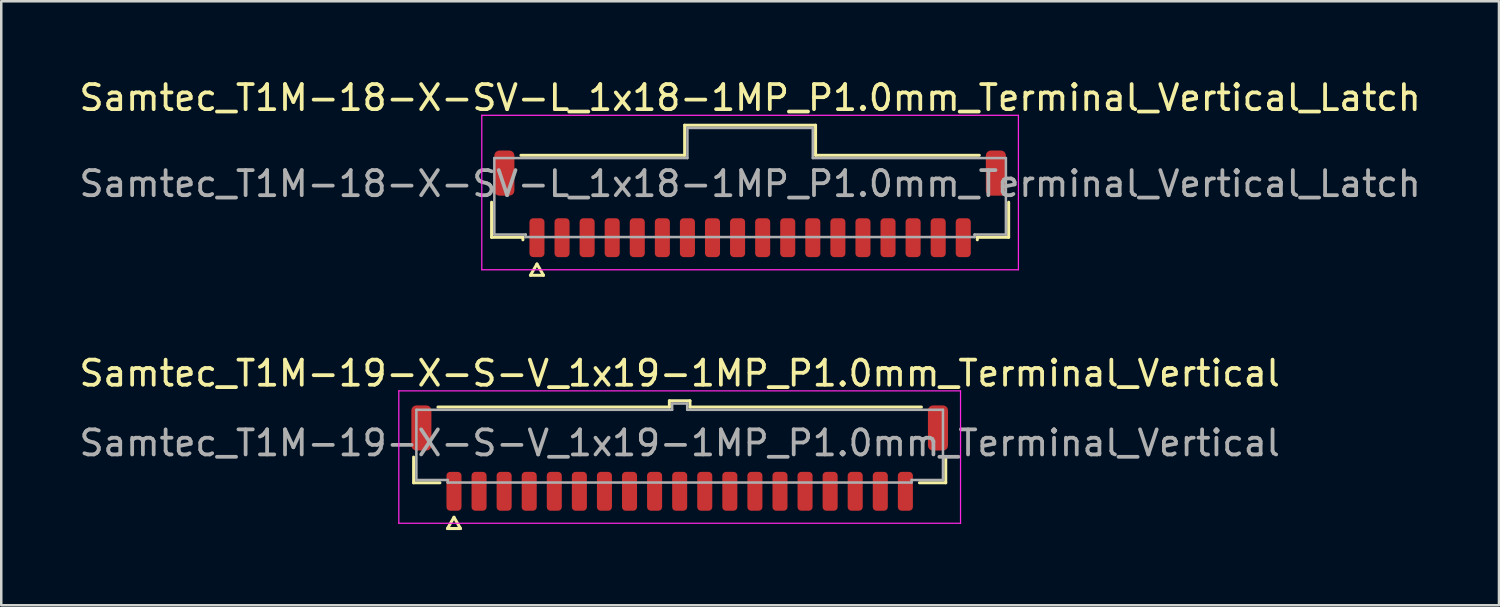
<source format=kicad_pcb>
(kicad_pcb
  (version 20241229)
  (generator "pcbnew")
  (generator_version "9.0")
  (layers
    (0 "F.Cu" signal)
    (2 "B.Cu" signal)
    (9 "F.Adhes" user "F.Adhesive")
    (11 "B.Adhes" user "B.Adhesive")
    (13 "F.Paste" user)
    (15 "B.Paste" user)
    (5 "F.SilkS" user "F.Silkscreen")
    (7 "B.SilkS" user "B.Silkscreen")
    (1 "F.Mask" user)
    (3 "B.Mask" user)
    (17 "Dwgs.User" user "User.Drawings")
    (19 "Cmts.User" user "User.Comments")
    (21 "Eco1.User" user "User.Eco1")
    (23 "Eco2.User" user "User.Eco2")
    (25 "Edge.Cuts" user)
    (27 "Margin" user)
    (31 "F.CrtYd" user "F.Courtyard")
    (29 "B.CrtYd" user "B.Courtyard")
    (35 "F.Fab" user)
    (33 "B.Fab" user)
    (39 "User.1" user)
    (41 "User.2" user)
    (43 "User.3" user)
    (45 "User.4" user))
  (footprint "Samtec_T1M-19-X-S-V_1x19-1MP_P1.0mm_Terminal_Vertical"
    (layer "F.Cu")
    (at 24.054 14.617)
    (property "Reference" "Samtec_T1M-19-X-S-V_1x19-1MP_P1.0mm_Terminal_Vertical" (at 0 -2.78 0) (layer "F.SilkS") (effects (font (size 1 1) (thickness 0.15))))
    (attr smd)
    (fp_line (start -10.61 1.585) (end -10.61 0.56) (stroke (width 0.12) (type solid)) (layer "F.SilkS"))
    (fp_line (start -9.64 -1.435) (end -0.41 -1.435) (stroke (width 0.12) (type solid)) (layer "F.SilkS"))
    (fp_line (start -9.56 1.585) (end -10.61 1.585) (stroke (width 0.12) (type solid)) (layer "F.SilkS"))
    (fp_line (start -9.26 3.41) (end -9 2.96) (stroke (width 0.12) (type solid)) (layer "F.SilkS"))
    (fp_line (start -9 2.96) (end -8.74 3.41) (stroke (width 0.12) (type solid)) (layer "F.SilkS"))
    (fp_line (start -8.74 3.41) (end -9.26 3.41) (stroke (width 0.12) (type solid)) (layer "F.SilkS"))
    (fp_line (start -0.41 -1.685) (end 0.41 -1.685) (stroke (width 0.12) (type solid)) (layer "F.SilkS"))
    (fp_line (start -0.41 -1.435) (end -0.41 -1.685) (stroke (width 0.12) (type solid)) (layer "F.SilkS"))
    (fp_line (start 0.41 -1.685) (end 0.41 -1.435) (stroke (width 0.12) (type solid)) (layer "F.SilkS"))
    (fp_line (start 0.41 -1.435) (end 9.64 -1.435) (stroke (width 0.12) (type solid)) (layer "F.SilkS"))
    (fp_line (start 10.61 0.56) (end 10.61 1.585) (stroke (width 0.12) (type solid)) (layer "F.SilkS"))
    (fp_line (start 10.61 1.585) (end 9.56 1.585) (stroke (width 0.12) (type solid)) (layer "F.SilkS"))
    (fp_line (start -11.2 -2.08) (end -11.2 3.2) (stroke (width 0.05) (type solid)) (layer "F.CrtYd"))
    (fp_line (start -11.2 3.2) (end 11.2 3.2) (stroke (width 0.05) (type solid)) (layer "F.CrtYd"))
    (fp_line (start 11.2 -2.08) (end -11.2 -2.08) (stroke (width 0.05) (type solid)) (layer "F.CrtYd"))
    (fp_line (start 11.2 3.2) (end 11.2 -2.08) (stroke (width 0.05) (type solid)) (layer "F.CrtYd"))
    (fp_line (start -10.5 -1.325) (end -0.3 -1.325) (stroke (width 0.1) (type solid)) (layer "F.Fab"))
    (fp_line (start -10.5 1.475) (end -10.5 -1.325) (stroke (width 0.1) (type solid)) (layer "F.Fab"))
    (fp_line (start -9.25 1.475) (end -10.5 1.475) (stroke (width 0.1) (type solid)) (layer "F.Fab"))
    (fp_line (start -9.25 1.575) (end -9.25 1.475) (stroke (width 0.1) (type solid)) (layer "F.Fab"))
    (fp_line (start -0.3 -1.575) (end 0.3 -1.575) (stroke (width 0.1) (type solid)) (layer "F.Fab"))
    (fp_line (start -0.3 -1.325) (end -0.3 -1.575) (stroke (width 0.1) (type solid)) (layer "F.Fab"))
    (fp_line (start 0.3 -1.575) (end 0.3 -1.325) (stroke (width 0.1) (type solid)) (layer "F.Fab"))
    (fp_line (start 0.3 -1.325) (end 10.5 -1.325) (stroke (width 0.1) (type solid)) (layer "F.Fab"))
    (fp_line (start 9.25 1.475) (end 9.25 1.575) (stroke (width 0.1) (type solid)) (layer "F.Fab"))
    (fp_line (start 9.25 1.575) (end -9.25 1.575) (stroke (width 0.1) (type solid)) (layer "F.Fab"))
    (fp_line (start 10.5 -1.325) (end 10.5 1.475) (stroke (width 0.1) (type solid)) (layer "F.Fab"))
    (fp_line (start 10.5 1.475) (end 9.25 1.475) (stroke (width 0.1) (type solid)) (layer "F.Fab"))
    (fp_text user "${REFERENCE}" (at 0 0 0) (layer "F.Fab") (effects (font (size 1 1) (thickness 0.15))))
    (pad "1" smd roundrect (at -9 1.925) (size 0.6 1.55) (layers "F.Cu" "F.Mask" "F.Paste") (roundrect_rratio 0.25))
    (pad "2" smd roundrect (at -8 1.925) (size 0.6 1.55) (layers "F.Cu" "F.Mask" "F.Paste") (roundrect_rratio 0.25))
    (pad "3" smd roundrect (at -7 1.925) (size 0.6 1.55) (layers "F.Cu" "F.Mask" "F.Paste") (roundrect_rratio 0.25))
    (pad "4" smd roundrect (at -6 1.925) (size 0.6 1.55) (layers "F.Cu" "F.Mask" "F.Paste") (roundrect_rratio 0.25))
    (pad "5" smd roundrect (at -5 1.925) (size 0.6 1.55) (layers "F.Cu" "F.Mask" "F.Paste") (roundrect_rratio 0.25))
    (pad "6" smd roundrect (at -4 1.925) (size 0.6 1.55) (layers "F.Cu" "F.Mask" "F.Paste") (roundrect_rratio 0.25))
    (pad "7" smd roundrect (at -3 1.925) (size 0.6 1.55) (layers "F.Cu" "F.Mask" "F.Paste") (roundrect_rratio 0.25))
    (pad "8" smd roundrect (at -2 1.925) (size 0.6 1.55) (layers "F.Cu" "F.Mask" "F.Paste") (roundrect_rratio 0.25))
    (pad "9" smd roundrect (at -1 1.925) (size 0.6 1.55) (layers "F.Cu" "F.Mask" "F.Paste") (roundrect_rratio 0.25))
    (pad "10" smd roundrect (at 0 1.925) (size 0.6 1.55) (layers "F.Cu" "F.Mask" "F.Paste") (roundrect_rratio 0.25))
    (pad "11" smd roundrect (at 1 1.925) (size 0.6 1.55) (layers "F.Cu" "F.Mask" "F.Paste") (roundrect_rratio 0.25))
    (pad "12" smd roundrect (at 2 1.925) (size 0.6 1.55) (layers "F.Cu" "F.Mask" "F.Paste") (roundrect_rratio 0.25))
    (pad "13" smd roundrect (at 3 1.925) (size 0.6 1.55) (layers "F.Cu" "F.Mask" "F.Paste") (roundrect_rratio 0.25))
    (pad "14" smd roundrect (at 4 1.925) (size 0.6 1.55) (layers "F.Cu" "F.Mask" "F.Paste") (roundrect_rratio 0.25))
    (pad "15" smd roundrect (at 5 1.925) (size 0.6 1.55) (layers "F.Cu" "F.Mask" "F.Paste") (roundrect_rratio 0.25))
    (pad "16" smd roundrect (at 6 1.925) (size 0.6 1.55) (layers "F.Cu" "F.Mask" "F.Paste") (roundrect_rratio 0.25))
    (pad "17" smd roundrect (at 7 1.925) (size 0.6 1.55) (layers "F.Cu" "F.Mask" "F.Paste") (roundrect_rratio 0.25))
    (pad "18" smd roundrect (at 8 1.925) (size 0.6 1.55) (layers "F.Cu" "F.Mask" "F.Paste") (roundrect_rratio 0.25))
    (pad "19" smd roundrect (at 9 1.925) (size 0.6 1.55) (layers "F.Cu" "F.Mask" "F.Paste") (roundrect_rratio 0.25))
    (pad "MP" smd roundrect (at -10.3 -0.6) (size 0.8 1.8) (layers "F.Cu" "F.Mask" "F.Paste") (roundrect_rratio 0.25))
    (pad "MP" smd roundrect (at 10.3 -0.6) (size 0.8 1.8) (layers "F.Cu" "F.Mask" "F.Paste") (roundrect_rratio 0.25)))
  (footprint "Samtec_T1M-18-X-SV-L_1x18-1MP_P1.0mm_Terminal_Vertical_Latch"
    (layer "F.Cu")
    (at 26.863 4.278)
    (property "Reference" "Samtec_T1M-18-X-SV-L_1x18-1MP_P1.0mm_Terminal_Vertical_Latch" (at 0 -3.43 0) (layer "F.SilkS") (effects (font (size 1 1) (thickness 0.15))))
    (attr smd)
    (fp_line (start -10.31 2.135) (end -10.31 0.735) (stroke (width 0.12) (type solid)) (layer "F.SilkS"))
    (fp_line (start -9.14 -1.135) (end -2.61 -1.135) (stroke (width 0.12) (type solid)) (layer "F.SilkS"))
    (fp_line (start -9.06 2.135) (end -10.31 2.135) (stroke (width 0.12) (type solid)) (layer "F.SilkS"))
    (fp_line (start -9.06 2.235) (end -9.06 2.135) (stroke (width 0.12) (type solid)) (layer "F.SilkS"))
    (fp_line (start -8.76 3.65) (end -8.5 3.2) (stroke (width 0.12) (type solid)) (layer "F.SilkS"))
    (fp_line (start -8.5 3.2) (end -8.24 3.65) (stroke (width 0.12) (type solid)) (layer "F.SilkS"))
    (fp_line (start -8.24 3.65) (end -8.76 3.65) (stroke (width 0.12) (type solid)) (layer "F.SilkS"))
    (fp_line (start -2.61 -2.335) (end 2.61 -2.335) (stroke (width 0.12) (type solid)) (layer "F.SilkS"))
    (fp_line (start -2.61 -1.135) (end -2.61 -2.335) (stroke (width 0.12) (type solid)) (layer "F.SilkS"))
    (fp_line (start 2.61 -2.335) (end 2.61 -1.135) (stroke (width 0.12) (type solid)) (layer "F.SilkS"))
    (fp_line (start 2.61 -1.135) (end 9.14 -1.135) (stroke (width 0.12) (type solid)) (layer "F.SilkS"))
    (fp_line (start 9.06 2.135) (end 9.06 2.235) (stroke (width 0.12) (type solid)) (layer "F.SilkS"))
    (fp_line (start 10.31 0.735) (end 10.31 2.135) (stroke (width 0.12) (type solid)) (layer "F.SilkS"))
    (fp_line (start 10.31 2.135) (end 9.06 2.135) (stroke (width 0.12) (type solid)) (layer "F.SilkS"))
    (fp_line (start -10.7 -2.73) (end -10.7 3.43) (stroke (width 0.05) (type solid)) (layer "F.CrtYd"))
    (fp_line (start -10.7 3.43) (end 10.7 3.43) (stroke (width 0.05) (type solid)) (layer "F.CrtYd"))
    (fp_line (start 10.7 -2.73) (end -10.7 -2.73) (stroke (width 0.05) (type solid)) (layer "F.CrtYd"))
    (fp_line (start 10.7 3.43) (end 10.7 -2.73) (stroke (width 0.05) (type solid)) (layer "F.CrtYd"))
    (fp_line (start -10.2 -1.025) (end -2.5 -1.025) (stroke (width 0.1) (type solid)) (layer "F.Fab"))
    (fp_line (start -10.2 2.025) (end -10.2 -1.025) (stroke (width 0.1) (type solid)) (layer "F.Fab"))
    (fp_line (start -8.95 2.025) (end -10.2 2.025) (stroke (width 0.1) (type solid)) (layer "F.Fab"))
    (fp_line (start -8.95 2.125) (end -8.95 2.025) (stroke (width 0.1) (type solid)) (layer "F.Fab"))
    (fp_line (start -2.5 -2.225) (end 2.5 -2.225) (stroke (width 0.1) (type solid)) (layer "F.Fab"))
    (fp_line (start -2.5 -1.025) (end -2.5 -2.225) (stroke (width 0.1) (type solid)) (layer "F.Fab"))
    (fp_line (start 2.5 -2.225) (end 2.5 -1.025) (stroke (width 0.1) (type solid)) (layer "F.Fab"))
    (fp_line (start 2.5 -1.025) (end 10.2 -1.025) (stroke (width 0.1) (type solid)) (layer "F.Fab"))
    (fp_line (start 8.95 2.025) (end 8.95 2.125) (stroke (width 0.1) (type solid)) (layer "F.Fab"))
    (fp_line (start 8.95 2.125) (end -8.95 2.125) (stroke (width 0.1) (type solid)) (layer "F.Fab"))
    (fp_line (start 10.2 -1.025) (end 10.2 2.025) (stroke (width 0.1) (type solid)) (layer "F.Fab"))
    (fp_line (start 10.2 2.025) (end 8.95 2.025) (stroke (width 0.1) (type solid)) (layer "F.Fab"))
    (fp_text user "${REFERENCE}" (at 0 0 0) (layer "F.Fab") (effects (font (size 1 1) (thickness 0.15))))
    (pad "1" smd roundrect (at -8.5 2.15) (size 0.6 1.55) (layers "F.Cu" "F.Mask" "F.Paste") (roundrect_rratio 0.25))
    (pad "2" smd roundrect (at -7.5 2.15) (size 0.6 1.55) (layers "F.Cu" "F.Mask" "F.Paste") (roundrect_rratio 0.25))
    (pad "3" smd roundrect (at -6.5 2.15) (size 0.6 1.55) (layers "F.Cu" "F.Mask" "F.Paste") (roundrect_rratio 0.25))
    (pad "4" smd roundrect (at -5.5 2.15) (size 0.6 1.55) (layers "F.Cu" "F.Mask" "F.Paste") (roundrect_rratio 0.25))
    (pad "5" smd roundrect (at -4.5 2.15) (size 0.6 1.55) (layers "F.Cu" "F.Mask" "F.Paste") (roundrect_rratio 0.25))
    (pad "6" smd roundrect (at -3.5 2.15) (size 0.6 1.55) (layers "F.Cu" "F.Mask" "F.Paste") (roundrect_rratio 0.25))
    (pad "7" smd roundrect (at -2.5 2.15) (size 0.6 1.55) (layers "F.Cu" "F.Mask" "F.Paste") (roundrect_rratio 0.25))
    (pad "8" smd roundrect (at -1.5 2.15) (size 0.6 1.55) (layers "F.Cu" "F.Mask" "F.Paste") (roundrect_rratio 0.25))
    (pad "9" smd roundrect (at -0.5 2.15) (size 0.6 1.55) (layers "F.Cu" "F.Mask" "F.Paste") (roundrect_rratio 0.25))
    (pad "10" smd roundrect (at 0.5 2.15) (size 0.6 1.55) (layers "F.Cu" "F.Mask" "F.Paste") (roundrect_rratio 0.25))
    (pad "11" smd roundrect (at 1.5 2.15) (size 0.6 1.55) (layers "F.Cu" "F.Mask" "F.Paste") (roundrect_rratio 0.25))
    (pad "12" smd roundrect (at 2.5 2.15) (size 0.6 1.55) (layers "F.Cu" "F.Mask" "F.Paste") (roundrect_rratio 0.25))
    (pad "13" smd roundrect (at 3.5 2.15) (size 0.6 1.55) (layers "F.Cu" "F.Mask" "F.Paste") (roundrect_rratio 0.25))
    (pad "14" smd roundrect (at 4.5 2.15) (size 0.6 1.55) (layers "F.Cu" "F.Mask" "F.Paste") (roundrect_rratio 0.25))
    (pad "15" smd roundrect (at 5.5 2.15) (size 0.6 1.55) (layers "F.Cu" "F.Mask" "F.Paste") (roundrect_rratio 0.25))
    (pad "16" smd roundrect (at 6.5 2.15) (size 0.6 1.55) (layers "F.Cu" "F.Mask" "F.Paste") (roundrect_rratio 0.25))
    (pad "17" smd roundrect (at 7.5 2.15) (size 0.6 1.55) (layers "F.Cu" "F.Mask" "F.Paste") (roundrect_rratio 0.25))
    (pad "18" smd roundrect (at 8.5 2.15) (size 0.6 1.55) (layers "F.Cu" "F.Mask" "F.Paste") (roundrect_rratio 0.25))
    (pad "MP" smd roundrect (at -9.8 -0.425) (size 0.8 1.8) (layers "F.Cu" "F.Mask" "F.Paste") (roundrect_rratio 0.25))
    (pad "MP" smd roundrect (at 9.8 -0.425) (size 0.8 1.8) (layers "F.Cu" "F.Mask" "F.Paste") (roundrect_rratio 0.25)))
  (gr_rect
    (start -3 -3)
    (end 56.726 21.087)
    (stroke (width 0.1) (type default))
    (fill no)
    (layer "Edge.Cuts")))
</source>
